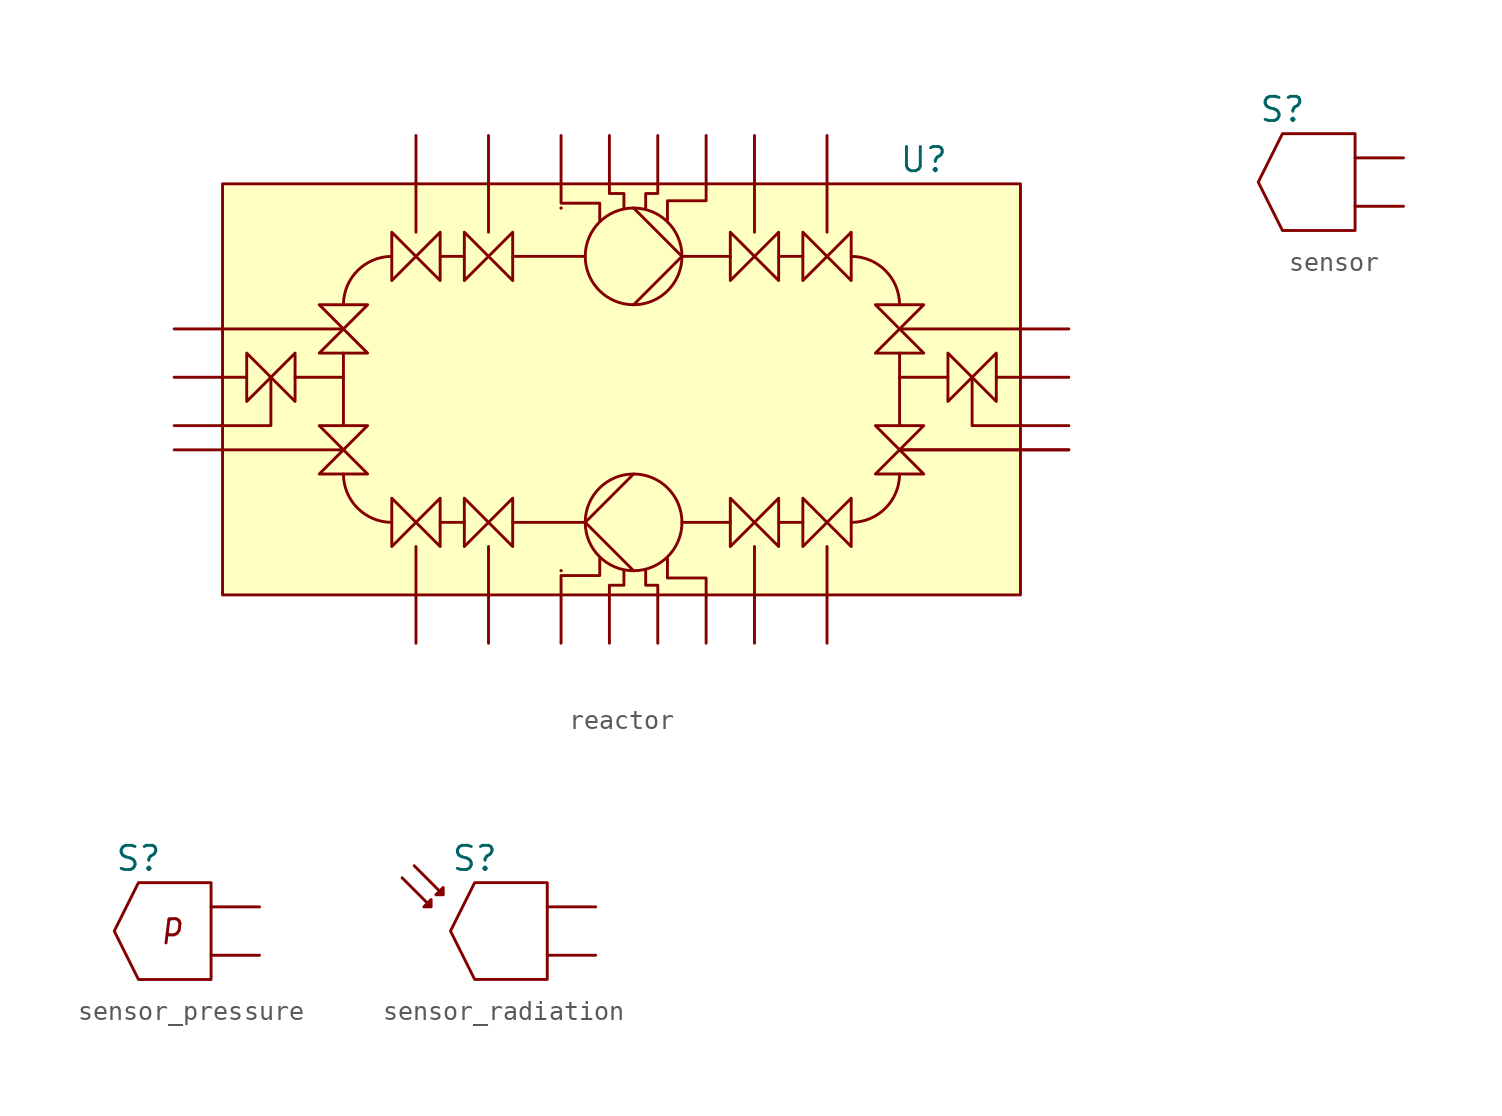
<source format=kicad_sym>
(kicad_symbol_lib
  (version 20231120)
  (generator "kicad_symbol_editor")
  (generator_version "8.0")
  (symbol "reactor"
    (pin_numbers hide)
    (pin_names hide)
    (property "Reference" "U"
      (at 15.24 11.43 0)
      (effects (font (size 1.27 1.27))))
    (property "Value" ""
      (at 0 0 0)
      (effects (font (size 1.27 1.27))))
    (symbol "reactor_0_1"
      (arc (start -15.24 -5.08) (mid -14.4949 -6.8749) (end -12.7 -7.62) (stroke (width 0) (type default)) (fill (type none)))
      (arc (start -12.7 6.35) (mid -14.4949 5.6049) (end -15.24 3.81) (stroke (width 0) (type default)) (fill (type none)))
      (rectangle (start -3.81 10.16) (end -3.81 10.16) (stroke (width 0) (type default)) (fill (type none)))
      (circle (center 0 -7.62) (radius 2.54) (stroke (width 0) (type default)) (fill (type none)))
      (polyline (pts (xy -20.32 0) (xy -21.59 0)) (stroke (width 0) (type default)) (fill (type none)))
      (polyline (pts (xy -17.78 0) (xy -15.24 0)) (stroke (width 0) (type default)) (fill (type none)))
      (polyline (pts (xy -15.24 -3.81) (xy -21.59 -3.81)) (stroke (width 0) (type default)) (fill (type none)))
      (polyline (pts (xy -15.24 1.27) (xy -15.24 -2.54)) (stroke (width 0) (type default)) (fill (type none)))
      (polyline (pts (xy -15.24 2.54) (xy -21.59 2.54)) (stroke (width 0) (type default)) (fill (type none)))
      (polyline (pts (xy -11.43 -8.89) (xy -11.43 -11.43)) (stroke (width 0) (type default)) (fill (type none)))
      (polyline (pts (xy -11.43 7.62) (xy -11.43 10.16)) (stroke (width 0) (type default)) (fill (type none)))
      (polyline (pts (xy -8.89 -7.62) (xy -10.16 -7.62)) (stroke (width 0) (type default)) (fill (type none)))
      (polyline (pts (xy -8.89 6.35) (xy -10.16 6.35)) (stroke (width 0) (type default)) (fill (type none)))
      (polyline (pts (xy -7.62 -8.89) (xy -7.62 -11.43)) (stroke (width 0) (type default)) (fill (type none)))
      (polyline (pts (xy -7.62 7.62) (xy -7.62 10.16)) (stroke (width 0) (type default)) (fill (type none)))
      (polyline (pts (xy -6.35 -7.62) (xy -2.54 -7.62)) (stroke (width 0) (type default)) (fill (type none)))
      (polyline (pts (xy -6.35 6.35) (xy -2.54 6.35)) (stroke (width 0) (type default)) (fill (type none)))
      (polyline (pts (xy -3.81 -10.16) (xy -3.81 -10.16)) (stroke (width 0) (type default)) (fill (type none)))
      (polyline (pts (xy -3.81 -10.16) (xy -3.81 -10.16)) (stroke (width 0) (type default)) (fill (type none)))
      (polyline (pts (xy -3.81 8.89) (xy -3.81 8.89)) (stroke (width 0) (type default)) (fill (type none)))
      (polyline (pts (xy -3.81 8.89) (xy -3.81 8.89)) (stroke (width 0) (type default)) (fill (type none)))
      (polyline (pts (xy 1.27 -11.43) (xy 1.27 -11.43)) (stroke (width 0) (type default)) (fill (type none)))
      (polyline (pts (xy 1.27 10.16) (xy 1.27 10.16)) (stroke (width 0) (type default)) (fill (type none)))
      (polyline (pts (xy 2.54 -7.62) (xy 5.08 -7.62)) (stroke (width 0) (type default)) (fill (type none)))
      (polyline (pts (xy 2.54 6.35) (xy 5.08 6.35)) (stroke (width 0) (type default)) (fill (type none)))
      (polyline (pts (xy 6.35 -8.89) (xy 6.35 -11.43)) (stroke (width 0) (type default)) (fill (type none)))
      (polyline (pts (xy 6.35 7.62) (xy 6.35 10.16)) (stroke (width 0) (type default)) (fill (type none)))
      (polyline (pts (xy 7.62 -7.62) (xy 8.89 -7.62)) (stroke (width 0) (type default)) (fill (type none)))
      (polyline (pts (xy 7.62 6.35) (xy 8.89 6.35)) (stroke (width 0) (type default)) (fill (type none)))
      (polyline (pts (xy 10.16 -8.89) (xy 10.16 -11.43)) (stroke (width 0) (type default)) (fill (type none)))
      (polyline (pts (xy 10.16 7.62) (xy 10.16 10.16)) (stroke (width 0) (type default)) (fill (type none)))
      (polyline (pts (xy 13.97 -3.81) (xy 20.32 -3.81)) (stroke (width 0) (type default)) (fill (type none)))
      (polyline (pts (xy 13.97 -3.81) (xy 20.32 -3.81)) (stroke (width 0) (type default)) (fill (type none)))
      (polyline (pts (xy 13.97 0) (xy 16.51 0)) (stroke (width 0) (type default)) (fill (type none)))
      (polyline (pts (xy 13.97 1.27) (xy 13.97 -2.54)) (stroke (width 0) (type default)) (fill (type none)))
      (polyline (pts (xy 13.97 2.54) (xy 20.32 2.54)) (stroke (width 0) (type default)) (fill (type none)))
      (polyline (pts (xy 19.05 0) (xy 20.32 0)) (stroke (width 0) (type default)) (fill (type none)))
      (polyline (pts (xy -19.05 0) (xy -19.05 -2.54) (xy -21.59 -2.54)) (stroke (width 0) (type default)) (fill (type none)))
      (polyline (pts (xy 0 -10.16) (xy -2.54 -7.62) (xy 0 -5.08)) (stroke (width 0) (type default)) (fill (type none)))
      (polyline (pts (xy 0 8.89) (xy 2.54 6.35) (xy 0 3.81)) (stroke (width 0) (type default)) (fill (type none)))
      (polyline (pts (xy 17.78 0) (xy 17.78 -2.54) (xy 20.32 -2.54)) (stroke (width 0) (type default)) (fill (type none)))
      (polyline (pts (xy -3.81 -11.43) (xy -3.81 -10.414) (xy -1.778 -10.414) (xy -1.778 -9.525)) (stroke (width 0) (type default)) (fill (type none)))
      (polyline (pts (xy -3.81 10.16) (xy -3.81 9.144) (xy -1.778 9.144) (xy -1.778 8.255)) (stroke (width 0) (type default)) (fill (type none)))
      (polyline (pts (xy -1.27 -11.43) (xy -1.27 -10.922) (xy -0.508 -10.922) (xy -0.508 -10.16)) (stroke (width 0) (type default)) (fill (type none)))
      (polyline (pts (xy -1.27 10.16) (xy -1.27 9.652) (xy -0.508 9.652) (xy -0.508 8.89)) (stroke (width 0) (type default)) (fill (type none)))
      (polyline (pts (xy 1.27 -11.43) (xy 1.27 -10.922) (xy 0.635 -10.922) (xy 0.635 -10.16)) (stroke (width 0) (type default)) (fill (type none)))
      (polyline (pts (xy 1.27 10.16) (xy 1.27 9.652) (xy 0.635 9.652) (xy 0.635 8.89)) (stroke (width 0) (type default)) (fill (type none)))
      (polyline (pts (xy 3.81 -11.43) (xy 3.81 -10.541) (xy 1.778 -10.541) (xy 1.778 -9.525)) (stroke (width 0) (type default)) (fill (type none)))
      (polyline (pts (xy 3.81 10.16) (xy 3.81 9.271) (xy 1.778 9.271) (xy 1.778 8.255)) (stroke (width 0) (type default)) (fill (type none)))
      (polyline (pts (xy -17.78 1.27) (xy -20.32 -1.27) (xy -20.32 1.27) (xy -17.78 -1.27) (xy -17.78 1.27)) (stroke (width 0) (type default)) (fill (type none)))
      (polyline (pts (xy -16.51 -5.08) (xy -13.97 -2.54) (xy -16.51 -2.54) (xy -13.97 -5.08) (xy -16.51 -5.08)) (stroke (width 0) (type default)) (fill (type none)))
      (polyline (pts (xy -16.51 3.81) (xy -13.97 1.27) (xy -16.51 1.27) (xy -13.97 3.81) (xy -16.51 3.81)) (stroke (width 0) (type default)) (fill (type none)))
      (polyline (pts (xy -10.16 -8.89) (xy -12.7 -6.35) (xy -12.7 -8.89) (xy -10.16 -6.35) (xy -10.16 -8.89)) (stroke (width 0) (type default)) (fill (type none)))
      (polyline (pts (xy -10.16 7.62) (xy -12.7 5.08) (xy -12.7 7.62) (xy -10.16 5.08) (xy -10.16 7.62)) (stroke (width 0) (type default)) (fill (type none)))
      (polyline (pts (xy -6.35 -8.89) (xy -8.89 -6.35) (xy -8.89 -8.89) (xy -6.35 -6.35) (xy -6.35 -8.89)) (stroke (width 0) (type default)) (fill (type none)))
      (polyline (pts (xy -6.35 7.62) (xy -8.89 5.08) (xy -8.89 7.62) (xy -6.35 5.08) (xy -6.35 7.62)) (stroke (width 0) (type default)) (fill (type none)))
      (polyline (pts (xy 5.08 -8.89) (xy 7.62 -6.35) (xy 7.62 -8.89) (xy 5.08 -6.35) (xy 5.08 -8.89)) (stroke (width 0) (type default)) (fill (type none)))
      (polyline (pts (xy 5.08 7.62) (xy 7.62 5.08) (xy 7.62 7.62) (xy 5.08 5.08) (xy 5.08 7.62)) (stroke (width 0) (type default)) (fill (type none)))
      (polyline (pts (xy 8.89 -8.89) (xy 11.43 -6.35) (xy 11.43 -8.89) (xy 8.89 -6.35) (xy 8.89 -8.89)) (stroke (width 0) (type default)) (fill (type none)))
      (polyline (pts (xy 8.89 7.62) (xy 11.43 5.08) (xy 11.43 7.62) (xy 8.89 5.08) (xy 8.89 7.62)) (stroke (width 0) (type default)) (fill (type none)))
      (polyline (pts (xy 15.24 -5.08) (xy 12.7 -2.54) (xy 15.24 -2.54) (xy 12.7 -5.08) (xy 15.24 -5.08)) (stroke (width 0) (type default)) (fill (type none)))
      (polyline (pts (xy 15.24 3.81) (xy 12.7 1.27) (xy 15.24 1.27) (xy 12.7 3.81) (xy 15.24 3.81)) (stroke (width 0) (type default)) (fill (type none)))
      (polyline (pts (xy 16.51 1.27) (xy 19.05 -1.27) (xy 19.05 1.27) (xy 16.51 -1.27) (xy 16.51 1.27)) (stroke (width 0) (type default)) (fill (type none)))
      (circle (center 0 6.35) (radius 2.54) (stroke (width 0) (type default)) (fill (type none)))
      (arc (start 11.43 -7.62) (mid 13.2258 -6.8758) (end 13.97 -5.08) (stroke (width 0) (type default)) (fill (type none)))
      (arc (start 13.97 3.81) (mid 13.2258 5.6058) (end 11.43 6.35) (stroke (width 0) (type default)) (fill (type none))))
    (symbol "reactor_1_1"
      (rectangle (start -21.59 10.16) (end 20.32 -11.43) (stroke (width 0) (type default)) (fill (type background)))
      (pin input line (at -24.13 0 0) (length 2.54) (name "in" (effects (font (size 1.27 1.27)))) (number "1" (effects (font (size 1.27 1.27)))))
      (pin input line (at 6.35 12.7 270) (length 2.54) (name "valve_ur3" (effects (font (size 1.27 1.27)))) (number "10" (effects (font (size 1.27 1.27)))))
      (pin input line (at 10.16 12.7 270) (length 2.54) (name "pump_ur2" (effects (font (size 1.27 1.27)))) (number "11" (effects (font (size 1.27 1.27)))))
      (pin input line (at 22.86 2.54 180) (length 2.54) (name "pump_ur1" (effects (font (size 1.27 1.27)))) (number "12" (effects (font (size 1.27 1.27)))))
      (pin output line (at 22.86 0 180) (length 2.54) (name "out" (effects (font (size 1.27 1.27)))) (number "13" (effects (font (size 1.27 1.27)))))
      (pin input line (at 22.86 -2.54 180) (length 2.54) (name "out_ctrl" (effects (font (size 1.27 1.27)))) (number "14" (effects (font (size 1.27 1.27)))))
      (pin input line (at 22.86 -3.81 180) (length 2.54) (name "valve_lr1" (effects (font (size 1.27 1.27)))) (number "15" (effects (font (size 1.27 1.27)))))
      (pin input line (at 22.86 -3.81 180) (length 2.54) (name "valve_lr1" (effects (font (size 1.27 1.27)))) (number "15" (effects (font (size 1.27 1.27)))))
      (pin input line (at 10.16 -13.97 90) (length 2.54) (name "valve_lr2" (effects (font (size 1.27 1.27)))) (number "16" (effects (font (size 1.27 1.27)))))
      (pin input line (at 6.35 -13.97 90) (length 2.54) (name "valve_lr3" (effects (font (size 1.27 1.27)))) (number "17" (effects (font (size 1.27 1.27)))))
      (pin input line (at 3.81 -13.97 90) (length 2.54) (name "pump_l1" (effects (font (size 1.27 1.27)))) (number "18" (effects (font (size 1.27 1.27)))))
      (pin input line (at 1.27 -13.97 90) (length 2.54) (name "pump_l2" (effects (font (size 1.27 1.27)))) (number "19" (effects (font (size 1.27 1.27)))))
      (pin input line (at -24.13 -2.54 0) (length 2.54) (name "in_ctrl" (effects (font (size 1.27 1.27)))) (number "2" (effects (font (size 1.27 1.27)))))
      (pin input line (at -1.27 -13.97 90) (length 2.54) (name "pump_l3" (effects (font (size 1.27 1.27)))) (number "20" (effects (font (size 1.27 1.27)))))
      (pin input line (at -3.81 -13.97 90) (length 2.54) (name "pump_l4" (effects (font (size 1.27 1.27)))) (number "21" (effects (font (size 1.27 1.27)))))
      (pin input line (at -7.62 -13.97 90) (length 2.54) (name "valve_ll3" (effects (font (size 1.27 1.27)))) (number "22" (effects (font (size 1.27 1.27)))))
      (pin input line (at -11.43 -13.97 90) (length 2.54) (name "valve_ll2" (effects (font (size 1.27 1.27)))) (number "23" (effects (font (size 1.27 1.27)))))
      (pin input line (at -24.13 -3.81 0) (length 2.54) (name "valve_ll1" (effects (font (size 1.27 1.27)))) (number "24" (effects (font (size 1.27 1.27)))))
      (pin input line (at -24.13 2.54 0) (length 2.54) (name "valve_ul1" (effects (font (size 1.27 1.27)))) (number "3" (effects (font (size 1.27 1.27)))))
      (pin input line (at -11.43 12.7 270) (length 2.54) (name "valve_ul2" (effects (font (size 1.27 1.27)))) (number "4" (effects (font (size 1.27 1.27)))))
      (pin input line (at -7.62 12.7 270) (length 2.54) (name "valve_ul3" (effects (font (size 1.27 1.27)))) (number "5" (effects (font (size 1.27 1.27)))))
      (pin input line (at -3.81 12.7 270) (length 2.54) (name "pump_u1" (effects (font (size 1.27 1.27)))) (number "6" (effects (font (size 1.27 1.27)))))
      (pin input line (at -1.27 12.7 270) (length 2.54) (name "pump_u2" (effects (font (size 1.27 1.27)))) (number "7" (effects (font (size 1.27 1.27)))))
      (pin input line (at 1.27 12.7 270) (length 2.54) (name "pump_u3" (effects (font (size 1.27 1.27)))) (number "8" (effects (font (size 1.27 1.27)))))
      (pin input line (at 3.81 12.7 270) (length 2.54) (name "pump_u4" (effects (font (size 1.27 1.27)))) (number "9" (effects (font (size 1.27 1.27)))))))
  (symbol "sensor"
    (pin_numbers hide)
    (pin_names hide)
    (property "Reference" "S"
      (at -1.27 3.81 0)
      (effects (font (size 1.27 1.27))))
    (property "Value" ""
      (at 0 0 0)
      (effects (font (size 1.27 1.27))))
    (symbol "sensor_0_1"
      (polyline (pts (xy 2.54 2.54) (xy -1.27 2.54) (xy -2.54 0) (xy -1.27 -2.54) (xy 2.54 -2.54) (xy 2.54 2.54)) (stroke (width 0) (type default)) (fill (type none))))
    (symbol "sensor_1_1"
      (pin input line (at 5.08 1.27 180) (length 2.54) (name "in" (effects (font (size 1.27 1.27)))) (number "1" (effects (font (size 1.27 1.27)))))
      (pin output line (at 5.08 -1.27 180) (length 2.54) (name "out" (effects (font (size 1.27 1.27)))) (number "2" (effects (font (size 1.27 1.27)))))))
  (symbol "sensor_pressure"
    (property "Reference" "S"
      (at -1.27 3.81 0)
      (effects (font (size 1.27 1.27))))
    (property "Value" ""
      (at 0 0 0)
      (effects (font (size 1.27 1.27))))
    (symbol "sensor_pressure_0_1"
      (polyline (pts (xy 2.54 2.54) (xy -1.27 2.54) (xy -2.54 0) (xy -1.27 -2.54) (xy 2.54 -2.54) (xy 2.54 2.54)) (stroke (width 0) (type default)) (fill (type none))))
    (symbol "sensor_pressure_1_1"
      (text "p" (at 0.508 0.381 0) (effects (font (size 1.27 1.27) (italic yes))))
      (pin output line (at 5.08 -1.27 180) (length 2.54) (name "" (effects (font (size 1.27 1.27)))) (number "" (effects (font (size 1.27 1.27)))))
      (pin input line (at 5.08 1.27 180) (length 2.54) (name "" (effects (font (size 1.27 1.27)))) (number "" (effects (font (size 1.27 1.27)))))))
  (symbol "sensor_radiation"
    (pin_numbers hide)
    (pin_names hide)
    (property "Reference" "S"
      (at -1.27 3.81 0)
      (effects (font (size 1.27 1.27))))
    (property "Value" ""
      (at 0 0 0)
      (effects (font (size 1.27 1.27))))
    (symbol "sensor_radiation_0_1"
      (polyline (pts (xy 2.54 2.54) (xy -1.27 2.54) (xy -2.54 0) (xy -1.27 -2.54) (xy 2.54 -2.54) (xy 2.54 2.54)) (stroke (width 0) (type default)) (fill (type none))))
    (symbol "sensor_radiation_1_1"
      (polyline (pts (xy -5.08 2.794) (xy -3.556 1.27) (xy -3.556 1.651) (xy -3.937 1.27) (xy -3.556 1.27)) (stroke (width 0) (type default)) (fill (type none)))
      (polyline (pts (xy -4.445 3.429) (xy -2.921 1.905) (xy -2.921 2.286) (xy -3.302 1.905) (xy -2.921 1.905)) (stroke (width 0) (type default)) (fill (type none)))
      (pin input line (at 5.08 1.27 180) (length 2.54) (name "in" (effects (font (size 1.27 1.27)))) (number "1" (effects (font (size 1.27 1.27)))))
      (pin output line (at 5.08 -1.27 180) (length 2.54) (name "out" (effects (font (size 1.27 1.27)))) (number "2" (effects (font (size 1.27 1.27))))))))
</source>
